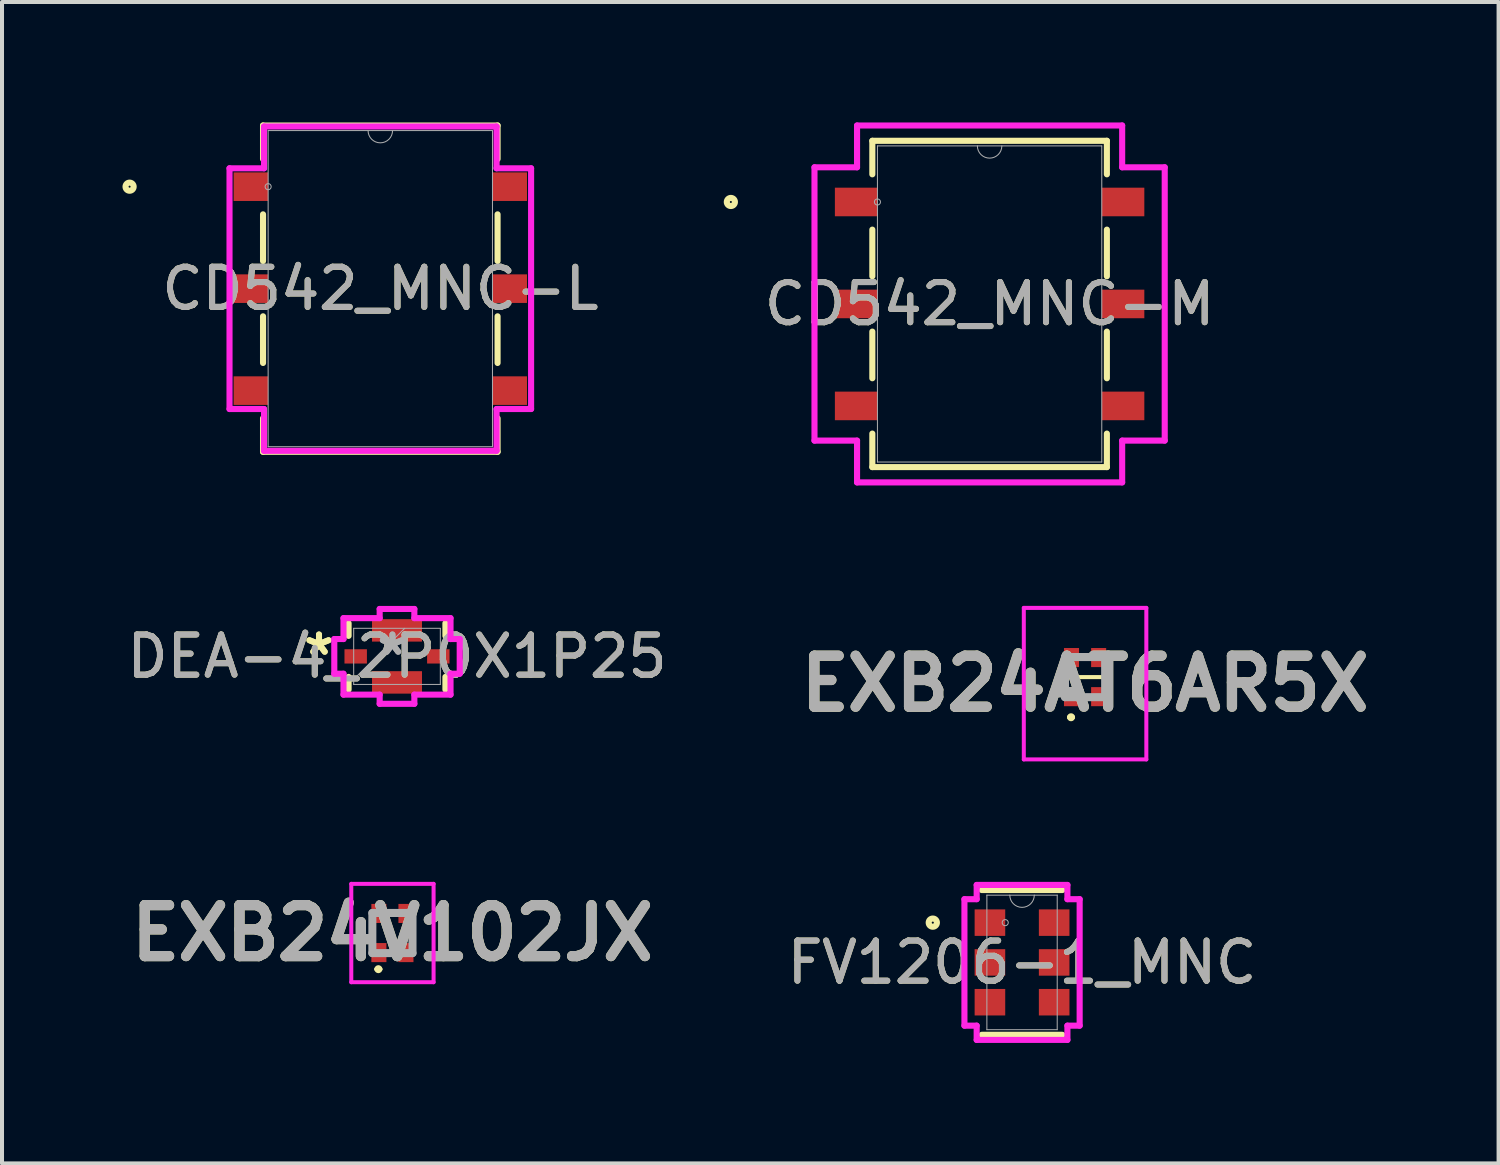
<source format=kicad_pcb>
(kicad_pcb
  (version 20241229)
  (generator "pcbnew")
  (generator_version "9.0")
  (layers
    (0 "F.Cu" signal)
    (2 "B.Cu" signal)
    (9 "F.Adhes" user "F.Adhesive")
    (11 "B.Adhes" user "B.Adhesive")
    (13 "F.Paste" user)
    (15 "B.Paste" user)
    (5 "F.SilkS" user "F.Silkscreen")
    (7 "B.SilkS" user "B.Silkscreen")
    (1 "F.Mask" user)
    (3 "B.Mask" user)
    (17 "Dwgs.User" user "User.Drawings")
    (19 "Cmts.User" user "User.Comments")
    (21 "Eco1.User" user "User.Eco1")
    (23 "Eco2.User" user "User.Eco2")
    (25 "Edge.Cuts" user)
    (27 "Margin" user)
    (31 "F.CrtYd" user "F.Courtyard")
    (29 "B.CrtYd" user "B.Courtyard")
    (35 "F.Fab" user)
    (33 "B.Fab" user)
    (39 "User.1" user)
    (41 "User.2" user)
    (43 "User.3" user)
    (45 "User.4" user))
  (footprint "CD542_MNC-L"
    (layer "F.Cu")
    (at 6.423 4.14)
    (property "Reference" "CD542_MNC-L" (at 0 0 0) (unlocked yes) (layer "F.SilkS") (effects (font (size 1 1) (thickness 0.15))))
    (attr smd)
    (fp_line (start -2.921 -4.064) (end -2.921 -3.229) (stroke (width 0.152) (type solid)) (layer "F.SilkS"))
    (fp_line (start -2.921 -1.851) (end -2.921 -0.689) (stroke (width 0.152) (type solid)) (layer "F.SilkS"))
    (fp_line (start -2.921 0.689) (end -2.921 1.851) (stroke (width 0.152) (type solid)) (layer "F.SilkS"))
    (fp_line (start -2.921 3.229) (end -2.921 4.064) (stroke (width 0.152) (type solid)) (layer "F.SilkS"))
    (fp_line (start -2.921 4.064) (end 2.921 4.064) (stroke (width 0.152) (type solid)) (layer "F.SilkS"))
    (fp_line (start 2.921 -4.064) (end -2.921 -4.064) (stroke (width 0.152) (type solid)) (layer "F.SilkS"))
    (fp_line (start 2.921 -3.229) (end 2.921 -4.064) (stroke (width 0.152) (type solid)) (layer "F.SilkS"))
    (fp_line (start 2.921 -0.689) (end 2.921 -1.851) (stroke (width 0.152) (type solid)) (layer "F.SilkS"))
    (fp_line (start 2.921 1.851) (end 2.921 0.689) (stroke (width 0.152) (type solid)) (layer "F.SilkS"))
    (fp_line (start 2.921 4.064) (end 2.921 3.229) (stroke (width 0.152) (type solid)) (layer "F.SilkS"))
    (fp_circle (center -6.245 -2.54) (end -6.144 -2.54) (stroke (width 0.152) (type solid)) (fill no) (layer "F.SilkS"))
    (fp_line (start -3.756 -2.998) (end -2.896 -2.998) (stroke (width 0.152) (type solid)) (layer "F.CrtYd"))
    (fp_line (start -3.756 2.998) (end -3.756 -2.998) (stroke (width 0.152) (type solid)) (layer "F.CrtYd"))
    (fp_line (start -3.756 2.998) (end -2.896 2.998) (stroke (width 0.152) (type solid)) (layer "F.CrtYd"))
    (fp_line (start -2.896 -4.039) (end 2.896 -4.039) (stroke (width 0.152) (type solid)) (layer "F.CrtYd"))
    (fp_line (start -2.896 -2.998) (end -2.896 -4.039) (stroke (width 0.152) (type solid)) (layer "F.CrtYd"))
    (fp_line (start -2.896 4.039) (end -2.896 2.998) (stroke (width 0.152) (type solid)) (layer "F.CrtYd"))
    (fp_line (start 2.896 -4.039) (end 2.896 -2.998) (stroke (width 0.152) (type solid)) (layer "F.CrtYd"))
    (fp_line (start 2.896 2.998) (end 2.896 4.039) (stroke (width 0.152) (type solid)) (layer "F.CrtYd"))
    (fp_line (start 2.896 4.039) (end -2.896 4.039) (stroke (width 0.152) (type solid)) (layer "F.CrtYd"))
    (fp_line (start 3.756 -2.998) (end 2.896 -2.998) (stroke (width 0.152) (type solid)) (layer "F.CrtYd"))
    (fp_line (start 3.756 -2.998) (end 3.756 2.998) (stroke (width 0.152) (type solid)) (layer "F.CrtYd"))
    (fp_line (start 3.756 2.998) (end 2.896 2.998) (stroke (width 0.152) (type solid)) (layer "F.CrtYd"))
    (fp_line (start -2.794 -3.937) (end -2.794 3.937) (stroke (width 0.025) (type solid)) (layer "F.Fab"))
    (fp_line (start -2.794 3.937) (end 2.794 3.937) (stroke (width 0.025) (type solid)) (layer "F.Fab"))
    (fp_line (start 2.794 -3.937) (end -2.794 -3.937) (stroke (width 0.025) (type solid)) (layer "F.Fab"))
    (fp_line (start 2.794 3.937) (end 2.794 -3.937) (stroke (width 0.025) (type solid)) (layer "F.Fab"))
    (fp_arc (start 0.3048 -3.937) (mid 0 -3.6322) (end -0.3048 -3.937) (stroke (width 0.0254) (type solid)) (layer "F.Fab"))
    (fp_circle (center -2.794 -2.54) (end -2.718 -2.54) (stroke (width 0.025) (type solid)) (fill no) (layer "F.Fab"))
    (fp_text user "${REFERENCE}" (at 0 0 0) (unlocked yes) (layer "F.Fab") (effects (font (size 1 1) (thickness 0.15))))
    (pad "1" smd rect (at -3.224 -2.54) (size 0.86 0.712) (layers "F.Cu" "F.Mask" "F.Paste"))
    (pad "2" smd rect (at -3.224 0) (size 0.86 0.712) (layers "F.Cu" "F.Mask" "F.Paste"))
    (pad "3" smd rect (at -3.224 2.54) (size 0.86 0.712) (layers "F.Cu" "F.Mask" "F.Paste"))
    (pad "4" smd rect (at 3.224 2.54) (size 0.86 0.712) (layers "F.Cu" "F.Mask" "F.Paste"))
    (pad "5" smd rect (at 3.224 0) (size 0.86 0.712) (layers "F.Cu" "F.Mask" "F.Paste"))
    (pad "6" smd rect (at 3.224 -2.54) (size 0.86 0.712) (layers "F.Cu" "F.Mask" "F.Paste")))
  (footprint "EXB24AT6AR5X"
    (layer "F.Cu")
    (at 23.978 13.816)
    (property "Reference" "EXB24AT6AR5X" (at 0 0.163 0) (layer "F.SilkS") (effects (font (size 1.27 1.27) (thickness 0.254))))
    (attr smd)
    (fp_line (start -0.5 0) (end 0.5 0) (stroke (width 0.1) (type solid)) (layer "F.SilkS"))
    (fp_line (start -0.4 1) (end -0.4 1) (stroke (width 0.1) (type solid)) (layer "F.SilkS"))
    (fp_line (start -0.3 1) (end -0.3 1) (stroke (width 0.1) (type solid)) (layer "F.SilkS"))
    (fp_arc (start -0.4 1) (mid -0.35 0.95) (end -0.3 1) (stroke (width 0.1) (type solid)) (layer "F.SilkS"))
    (fp_arc (start -0.3 1) (mid -0.35 1.05) (end -0.4 1) (stroke (width 0.1) (type solid)) (layer "F.SilkS"))
    (fp_line (start -1.526 -1.724) (end 1.526 -1.724) (stroke (width 0.1) (type solid)) (layer "F.CrtYd"))
    (fp_line (start -1.526 2.05) (end -1.526 -1.724) (stroke (width 0.1) (type solid)) (layer "F.CrtYd"))
    (fp_line (start 1.526 -1.724) (end 1.526 2.05) (stroke (width 0.1) (type solid)) (layer "F.CrtYd"))
    (fp_line (start 1.526 2.05) (end -1.526 2.05) (stroke (width 0.1) (type solid)) (layer "F.CrtYd"))
    (fp_line (start -0.5 -0.5) (end 0.5 -0.5) (stroke (width 0.2) (type solid)) (layer "F.Fab"))
    (fp_line (start -0.5 0.5) (end -0.5 -0.5) (stroke (width 0.2) (type solid)) (layer "F.Fab"))
    (fp_line (start 0.5 -0.5) (end 0.5 0.5) (stroke (width 0.2) (type solid)) (layer "F.Fab"))
    (fp_line (start 0.5 0.5) (end -0.5 0.5) (stroke (width 0.2) (type solid)) (layer "F.Fab"))
    (fp_text user "${REFERENCE}" (at 0 0.163 0) (layer "F.Fab") (effects (font (size 1.27 1.27) (thickness 0.254))))
    (pad "1" smd rect (at -0.338 0.487) (size 0.375 0.475) (layers "F.Cu" "F.Mask" "F.Paste"))
    (pad "2" smd rect (at 0.338 0.487) (size 0.375 0.475) (layers "F.Cu" "F.Mask" "F.Paste"))
    (pad "3" smd rect (at 0.338 -0.487) (size 0.375 0.475) (layers "F.Cu" "F.Mask" "F.Paste"))
    (pad "4" smd rect (at -0.338 -0.487) (size 0.375 0.475) (layers "F.Cu" "F.Mask" "F.Paste")))
  (footprint "DEA-4_2P0X1P25"
    (layer "F.Cu")
    (at 6.839 13.3)
    (property "Reference" "DEA-4_2P0X1P25" (at 0 0 0) (unlocked yes) (layer "F.SilkS") (effects (font (size 1 1) (thickness 0.15))))
    (attr smd)
    (fp_line (start -1.206 -0.826) (end -1.206 -0.511) (stroke (width 0.152) (type solid)) (layer "F.SilkS"))
    (fp_line (start -1.206 0.511) (end -1.206 0.826) (stroke (width 0.152) (type solid)) (layer "F.SilkS"))
    (fp_line (start 1.206 -0.511) (end 1.206 -0.826) (stroke (width 0.152) (type solid)) (layer "F.SilkS"))
    (fp_line (start 1.206 0.826) (end 1.206 0.511) (stroke (width 0.152) (type solid)) (layer "F.SilkS"))
    (fp_line (start -1.562 -0.432) (end -1.333 -0.432) (stroke (width 0.152) (type solid)) (layer "F.CrtYd"))
    (fp_line (start -1.562 0.432) (end -1.562 -0.432) (stroke (width 0.152) (type solid)) (layer "F.CrtYd"))
    (fp_line (start -1.333 -0.953) (end -0.432 -0.953) (stroke (width 0.152) (type solid)) (layer "F.CrtYd"))
    (fp_line (start -1.333 -0.432) (end -1.333 -0.953) (stroke (width 0.152) (type solid)) (layer "F.CrtYd"))
    (fp_line (start -1.333 0.432) (end -1.562 0.432) (stroke (width 0.152) (type solid)) (layer "F.CrtYd"))
    (fp_line (start -1.333 0.953) (end -1.333 0.432) (stroke (width 0.152) (type solid)) (layer "F.CrtYd"))
    (fp_line (start -0.432 -1.181) (end 0.432 -1.181) (stroke (width 0.152) (type solid)) (layer "F.CrtYd"))
    (fp_line (start -0.432 -0.953) (end -0.432 -1.181) (stroke (width 0.152) (type solid)) (layer "F.CrtYd"))
    (fp_line (start -0.432 0.953) (end -1.333 0.953) (stroke (width 0.152) (type solid)) (layer "F.CrtYd"))
    (fp_line (start -0.432 1.181) (end -0.432 0.953) (stroke (width 0.152) (type solid)) (layer "F.CrtYd"))
    (fp_line (start 0.432 -1.181) (end 0.432 -0.953) (stroke (width 0.152) (type solid)) (layer "F.CrtYd"))
    (fp_line (start 0.432 -0.953) (end 1.333 -0.953) (stroke (width 0.152) (type solid)) (layer "F.CrtYd"))
    (fp_line (start 0.432 0.953) (end 0.432 1.181) (stroke (width 0.152) (type solid)) (layer "F.CrtYd"))
    (fp_line (start 0.432 1.181) (end -0.432 1.181) (stroke (width 0.152) (type solid)) (layer "F.CrtYd"))
    (fp_line (start 1.333 -0.953) (end 1.333 -0.432) (stroke (width 0.152) (type solid)) (layer "F.CrtYd"))
    (fp_line (start 1.333 -0.432) (end 1.562 -0.432) (stroke (width 0.152) (type solid)) (layer "F.CrtYd"))
    (fp_line (start 1.333 0.432) (end 1.333 0.953) (stroke (width 0.152) (type solid)) (layer "F.CrtYd"))
    (fp_line (start 1.333 0.953) (end 0.432 0.953) (stroke (width 0.152) (type solid)) (layer "F.CrtYd"))
    (fp_line (start 1.562 -0.432) (end 1.562 0.432) (stroke (width 0.152) (type solid)) (layer "F.CrtYd"))
    (fp_line (start 1.562 0.432) (end 1.333 0.432) (stroke (width 0.152) (type solid)) (layer "F.CrtYd"))
    (fp_line (start -1.079 -0.699) (end -1.079 0.699) (stroke (width 0.025) (type solid)) (layer "F.Fab"))
    (fp_line (start -1.079 0.572) (end 0.191 -0.699) (stroke (width 0.025) (type solid)) (layer "F.Fab"))
    (fp_line (start -1.079 0.699) (end 1.079 0.699) (stroke (width 0.025) (type solid)) (layer "F.Fab"))
    (fp_line (start 1.079 -0.699) (end -1.079 -0.699) (stroke (width 0.025) (type solid)) (layer "F.Fab"))
    (fp_line (start 1.079 0.699) (end 1.079 -0.699) (stroke (width 0.025) (type solid)) (layer "F.Fab"))
    (fp_text user "*" (at -1.943 0 0) (layer "F.SilkS") (effects (font (size 1 1) (thickness 0.15))))
    (fp_text user "*" (at -1.943 0 0) (unlocked yes) (layer "F.SilkS") (effects (font (size 1 1) (thickness 0.15))))
    (fp_text user "*" (at -0.114 0 0) (unlocked yes) (layer "F.Fab") (effects (font (size 1 1) (thickness 0.15))))
    (fp_text user "*" (at -0.114 0 0) (layer "F.Fab") (effects (font (size 1 1) (thickness 0.15))))
    (fp_text user "${REFERENCE}" (at 0 0 0) (unlocked yes) (layer "F.Fab") (effects (font (size 1 1) (thickness 0.15))))
    (pad "1" smd rect (at -1.029 0) (size 0.559 0.356) (layers "F.Cu" "F.Mask" "F.Paste"))
    (pad "2" smd rect (at 0 -0.648 90) (size 0.559 1.245) (layers "F.Cu" "F.Mask" "F.Paste"))
    (pad "3" smd rect (at 1.029 0) (size 0.559 0.356) (layers "F.Cu" "F.Mask" "F.Paste"))
    (pad "4" smd rect (at 0 0.648 90) (size 0.559 1.245) (layers "F.Cu" "F.Mask" "F.Paste")))
  (footprint "CD542_MNC-M"
    (layer "F.Cu")
    (at 21.6 4.521)
    (property "Reference" "CD542_MNC-M" (at 0 0 0) (unlocked yes) (layer "F.SilkS") (effects (font (size 1 1) (thickness 0.15))))
    (attr smd)
    (fp_line (start -2.921 -4.064) (end -2.921 -3.229) (stroke (width 0.152) (type solid)) (layer "F.SilkS"))
    (fp_line (start -2.921 -1.851) (end -2.921 -0.689) (stroke (width 0.152) (type solid)) (layer "F.SilkS"))
    (fp_line (start -2.921 0.689) (end -2.921 1.851) (stroke (width 0.152) (type solid)) (layer "F.SilkS"))
    (fp_line (start -2.921 3.229) (end -2.921 4.064) (stroke (width 0.152) (type solid)) (layer "F.SilkS"))
    (fp_line (start -2.921 4.064) (end 2.921 4.064) (stroke (width 0.152) (type solid)) (layer "F.SilkS"))
    (fp_line (start 2.921 -4.064) (end -2.921 -4.064) (stroke (width 0.152) (type solid)) (layer "F.SilkS"))
    (fp_line (start 2.921 -3.229) (end 2.921 -4.064) (stroke (width 0.152) (type solid)) (layer "F.SilkS"))
    (fp_line (start 2.921 -0.689) (end 2.921 -1.851) (stroke (width 0.152) (type solid)) (layer "F.SilkS"))
    (fp_line (start 2.921 1.851) (end 2.921 0.689) (stroke (width 0.152) (type solid)) (layer "F.SilkS"))
    (fp_line (start 2.921 4.064) (end 2.921 3.229) (stroke (width 0.152) (type solid)) (layer "F.SilkS"))
    (fp_circle (center -6.445 -2.54) (end -6.344 -2.54) (stroke (width 0.152) (type solid)) (fill no) (layer "F.SilkS"))
    (fp_line (start -4.362 -3.404) (end -3.302 -3.404) (stroke (width 0.152) (type solid)) (layer "F.CrtYd"))
    (fp_line (start -4.362 3.404) (end -4.362 -3.404) (stroke (width 0.152) (type solid)) (layer "F.CrtYd"))
    (fp_line (start -4.362 3.404) (end -3.302 3.404) (stroke (width 0.152) (type solid)) (layer "F.CrtYd"))
    (fp_line (start -3.302 -4.445) (end 3.302 -4.445) (stroke (width 0.152) (type solid)) (layer "F.CrtYd"))
    (fp_line (start -3.302 -3.404) (end -3.302 -4.445) (stroke (width 0.152) (type solid)) (layer "F.CrtYd"))
    (fp_line (start -3.302 4.445) (end -3.302 3.404) (stroke (width 0.152) (type solid)) (layer "F.CrtYd"))
    (fp_line (start 3.302 -4.445) (end 3.302 -3.404) (stroke (width 0.152) (type solid)) (layer "F.CrtYd"))
    (fp_line (start 3.302 3.404) (end 3.302 4.445) (stroke (width 0.152) (type solid)) (layer "F.CrtYd"))
    (fp_line (start 3.302 4.445) (end -3.302 4.445) (stroke (width 0.152) (type solid)) (layer "F.CrtYd"))
    (fp_line (start 4.362 -3.404) (end 3.302 -3.404) (stroke (width 0.152) (type solid)) (layer "F.CrtYd"))
    (fp_line (start 4.362 -3.404) (end 4.362 3.404) (stroke (width 0.152) (type solid)) (layer "F.CrtYd"))
    (fp_line (start 4.362 3.404) (end 3.302 3.404) (stroke (width 0.152) (type solid)) (layer "F.CrtYd"))
    (fp_line (start -2.794 -3.937) (end -2.794 3.937) (stroke (width 0.025) (type solid)) (layer "F.Fab"))
    (fp_line (start -2.794 3.937) (end 2.794 3.937) (stroke (width 0.025) (type solid)) (layer "F.Fab"))
    (fp_line (start 2.794 -3.937) (end -2.794 -3.937) (stroke (width 0.025) (type solid)) (layer "F.Fab"))
    (fp_line (start 2.794 3.937) (end 2.794 -3.937) (stroke (width 0.025) (type solid)) (layer "F.Fab"))
    (fp_arc (start 0.3048 -3.937) (mid 0 -3.6322) (end -0.3048 -3.937) (stroke (width 0.0254) (type solid)) (layer "F.Fab"))
    (fp_circle (center -2.794 -2.54) (end -2.718 -2.54) (stroke (width 0.025) (type solid)) (fill no) (layer "F.Fab"))
    (fp_text user "${REFERENCE}" (at 0 0 0) (unlocked yes) (layer "F.Fab") (effects (font (size 1 1) (thickness 0.15))))
    (pad "1" smd rect (at -3.324 -2.54) (size 1.06 0.712) (layers "F.Cu" "F.Mask" "F.Paste"))
    (pad "2" smd rect (at -3.324 0) (size 1.06 0.712) (layers "F.Cu" "F.Mask" "F.Paste"))
    (pad "3" smd rect (at -3.324 2.54) (size 1.06 0.712) (layers "F.Cu" "F.Mask" "F.Paste"))
    (pad "4" smd rect (at 3.324 2.54) (size 1.06 0.712) (layers "F.Cu" "F.Mask" "F.Paste"))
    (pad "5" smd rect (at 3.324 0) (size 1.06 0.712) (layers "F.Cu" "F.Mask" "F.Paste"))
    (pad "6" smd rect (at 3.324 -2.54) (size 1.06 0.712) (layers "F.Cu" "F.Mask" "F.Paste")))
  (footprint "EXB24V102JX"
    (layer "F.Cu")
    (at 6.725 20.191)
    (property "Reference" "EXB24V102JX" (at 0 0 0) (layer "F.SilkS") (effects (font (size 1.27 1.27) (thickness 0.254))))
    (attr smd)
    (fp_line (start -0.4 0.9) (end -0.4 0.9) (stroke (width 0.1) (type solid)) (layer "F.SilkS"))
    (fp_line (start -0.3 0.9) (end -0.3 0.9) (stroke (width 0.1) (type solid)) (layer "F.SilkS"))
    (fp_arc (start -0.4 0.9) (mid -0.35 0.85) (end -0.3 0.9) (stroke (width 0.1) (type solid)) (layer "F.SilkS"))
    (fp_arc (start -0.3 0.9) (mid -0.35 0.95) (end -0.4 0.9) (stroke (width 0.1) (type solid)) (layer "F.SilkS"))
    (fp_line (start -1.025 -1.225) (end 1.025 -1.225) (stroke (width 0.1) (type solid)) (layer "F.CrtYd"))
    (fp_line (start -1.025 1.225) (end -1.025 -1.225) (stroke (width 0.1) (type solid)) (layer "F.CrtYd"))
    (fp_line (start 1.025 -1.225) (end 1.025 1.225) (stroke (width 0.1) (type solid)) (layer "F.CrtYd"))
    (fp_line (start 1.025 1.225) (end -1.025 1.225) (stroke (width 0.1) (type solid)) (layer "F.CrtYd"))
    (fp_line (start -0.5 -0.5) (end 0.5 -0.5) (stroke (width 0.2) (type solid)) (layer "F.Fab"))
    (fp_line (start -0.5 0.5) (end -0.5 -0.5) (stroke (width 0.2) (type solid)) (layer "F.Fab"))
    (fp_line (start 0.5 -0.5) (end 0.5 0.5) (stroke (width 0.2) (type solid)) (layer "F.Fab"))
    (fp_line (start 0.5 0.5) (end -0.5 0.5) (stroke (width 0.2) (type solid)) (layer "F.Fab"))
    (fp_text user "${REFERENCE}" (at 0 0 0) (layer "F.Fab") (effects (font (size 1.27 1.27) (thickness 0.254))))
    (pad "1" smd rect (at -0.337 0.487) (size 0.375 0.475) (layers "F.Cu" "F.Mask" "F.Paste"))
    (pad "2" smd rect (at 0.337 0.487) (size 0.375 0.475) (layers "F.Cu" "F.Mask" "F.Paste"))
    (pad "3" smd rect (at 0.337 -0.488) (size 0.375 0.475) (layers "F.Cu" "F.Mask" "F.Paste"))
    (pad "4" smd rect (at -0.337 -0.488) (size 0.375 0.475) (layers "F.Cu" "F.Mask" "F.Paste")))
  (footprint "FV1206-1_MNC"
    (layer "F.Cu")
    (at 22.408 20.923)
    (property "Reference" "FV1206-1_MNC" (at 0 0 0) (unlocked yes) (layer "F.SilkS") (effects (font (size 1 1) (thickness 0.15))))
    (attr smd)
    (fp_line (start -1.003 1.803) (end 1.003 1.803) (stroke (width 0.152) (type solid)) (layer "F.SilkS"))
    (fp_line (start 1.003 -1.803) (end -1.003 -1.803) (stroke (width 0.152) (type solid)) (layer "F.SilkS"))
    (fp_circle (center -2.223 -0.991) (end -2.121 -0.991) (stroke (width 0.152) (type solid)) (fill no) (layer "F.SilkS"))
    (fp_line (start -1.435 -1.575) (end -1.13 -1.575) (stroke (width 0.152) (type solid)) (layer "F.CrtYd"))
    (fp_line (start -1.435 1.575) (end -1.435 -1.575) (stroke (width 0.152) (type solid)) (layer "F.CrtYd"))
    (fp_line (start -1.435 1.575) (end -1.13 1.575) (stroke (width 0.152) (type solid)) (layer "F.CrtYd"))
    (fp_line (start -1.13 -1.93) (end 1.13 -1.93) (stroke (width 0.152) (type solid)) (layer "F.CrtYd"))
    (fp_line (start -1.13 -1.575) (end -1.13 -1.93) (stroke (width 0.152) (type solid)) (layer "F.CrtYd"))
    (fp_line (start -1.13 1.93) (end -1.13 1.575) (stroke (width 0.152) (type solid)) (layer "F.CrtYd"))
    (fp_line (start 1.13 -1.93) (end 1.13 -1.575) (stroke (width 0.152) (type solid)) (layer "F.CrtYd"))
    (fp_line (start 1.13 1.575) (end 1.13 1.93) (stroke (width 0.152) (type solid)) (layer "F.CrtYd"))
    (fp_line (start 1.13 1.93) (end -1.13 1.93) (stroke (width 0.152) (type solid)) (layer "F.CrtYd"))
    (fp_line (start 1.435 -1.575) (end 1.13 -1.575) (stroke (width 0.152) (type solid)) (layer "F.CrtYd"))
    (fp_line (start 1.435 -1.575) (end 1.435 1.575) (stroke (width 0.152) (type solid)) (layer "F.CrtYd"))
    (fp_line (start 1.435 1.575) (end 1.13 1.575) (stroke (width 0.152) (type solid)) (layer "F.CrtYd"))
    (fp_line (start -0.876 -1.676) (end -0.876 1.676) (stroke (width 0.025) (type solid)) (layer "F.Fab"))
    (fp_line (start -0.876 1.676) (end 0.876 1.676) (stroke (width 0.025) (type solid)) (layer "F.Fab"))
    (fp_line (start 0.876 -1.676) (end -0.876 -1.676) (stroke (width 0.025) (type solid)) (layer "F.Fab"))
    (fp_line (start 0.876 1.676) (end 0.876 -1.676) (stroke (width 0.025) (type solid)) (layer "F.Fab"))
    (fp_arc (start 0.3048 -1.6764) (mid 0 -1.3716) (end -0.3048 -1.6764) (stroke (width 0.0254) (type solid)) (layer "F.Fab"))
    (fp_circle (center -0.419 -0.991) (end -0.343 -0.991) (stroke (width 0.025) (type solid)) (fill no) (layer "F.Fab"))
    (fp_text user "${REFERENCE}" (at 0 0 0) (unlocked yes) (layer "F.Fab") (effects (font (size 1 1) (thickness 0.15))))
    (pad "1" smd rect (at -0.8 -0.991) (size 0.762 0.66) (layers "F.Cu" "F.Mask" "F.Paste"))
    (pad "2" smd rect (at -0.8 0) (size 0.762 0.66) (layers "F.Cu" "F.Mask" "F.Paste"))
    (pad "3" smd rect (at -0.8 0.991) (size 0.762 0.66) (layers "F.Cu" "F.Mask" "F.Paste"))
    (pad "4" smd rect (at 0.8 0.991) (size 0.762 0.66) (layers "F.Cu" "F.Mask" "F.Paste"))
    (pad "5" smd rect (at 0.8 0) (size 0.762 0.66) (layers "F.Cu" "F.Mask" "F.Paste"))
    (pad "6" smd rect (at 0.8 -0.991) (size 0.762 0.66) (layers "F.Cu" "F.Mask" "F.Paste")))
  (gr_rect
    (start -3 -3)
    (end 34.278 25.93)
    (stroke (width 0.1) (type default))
    (fill no)
    (layer "Edge.Cuts")))
</source>
